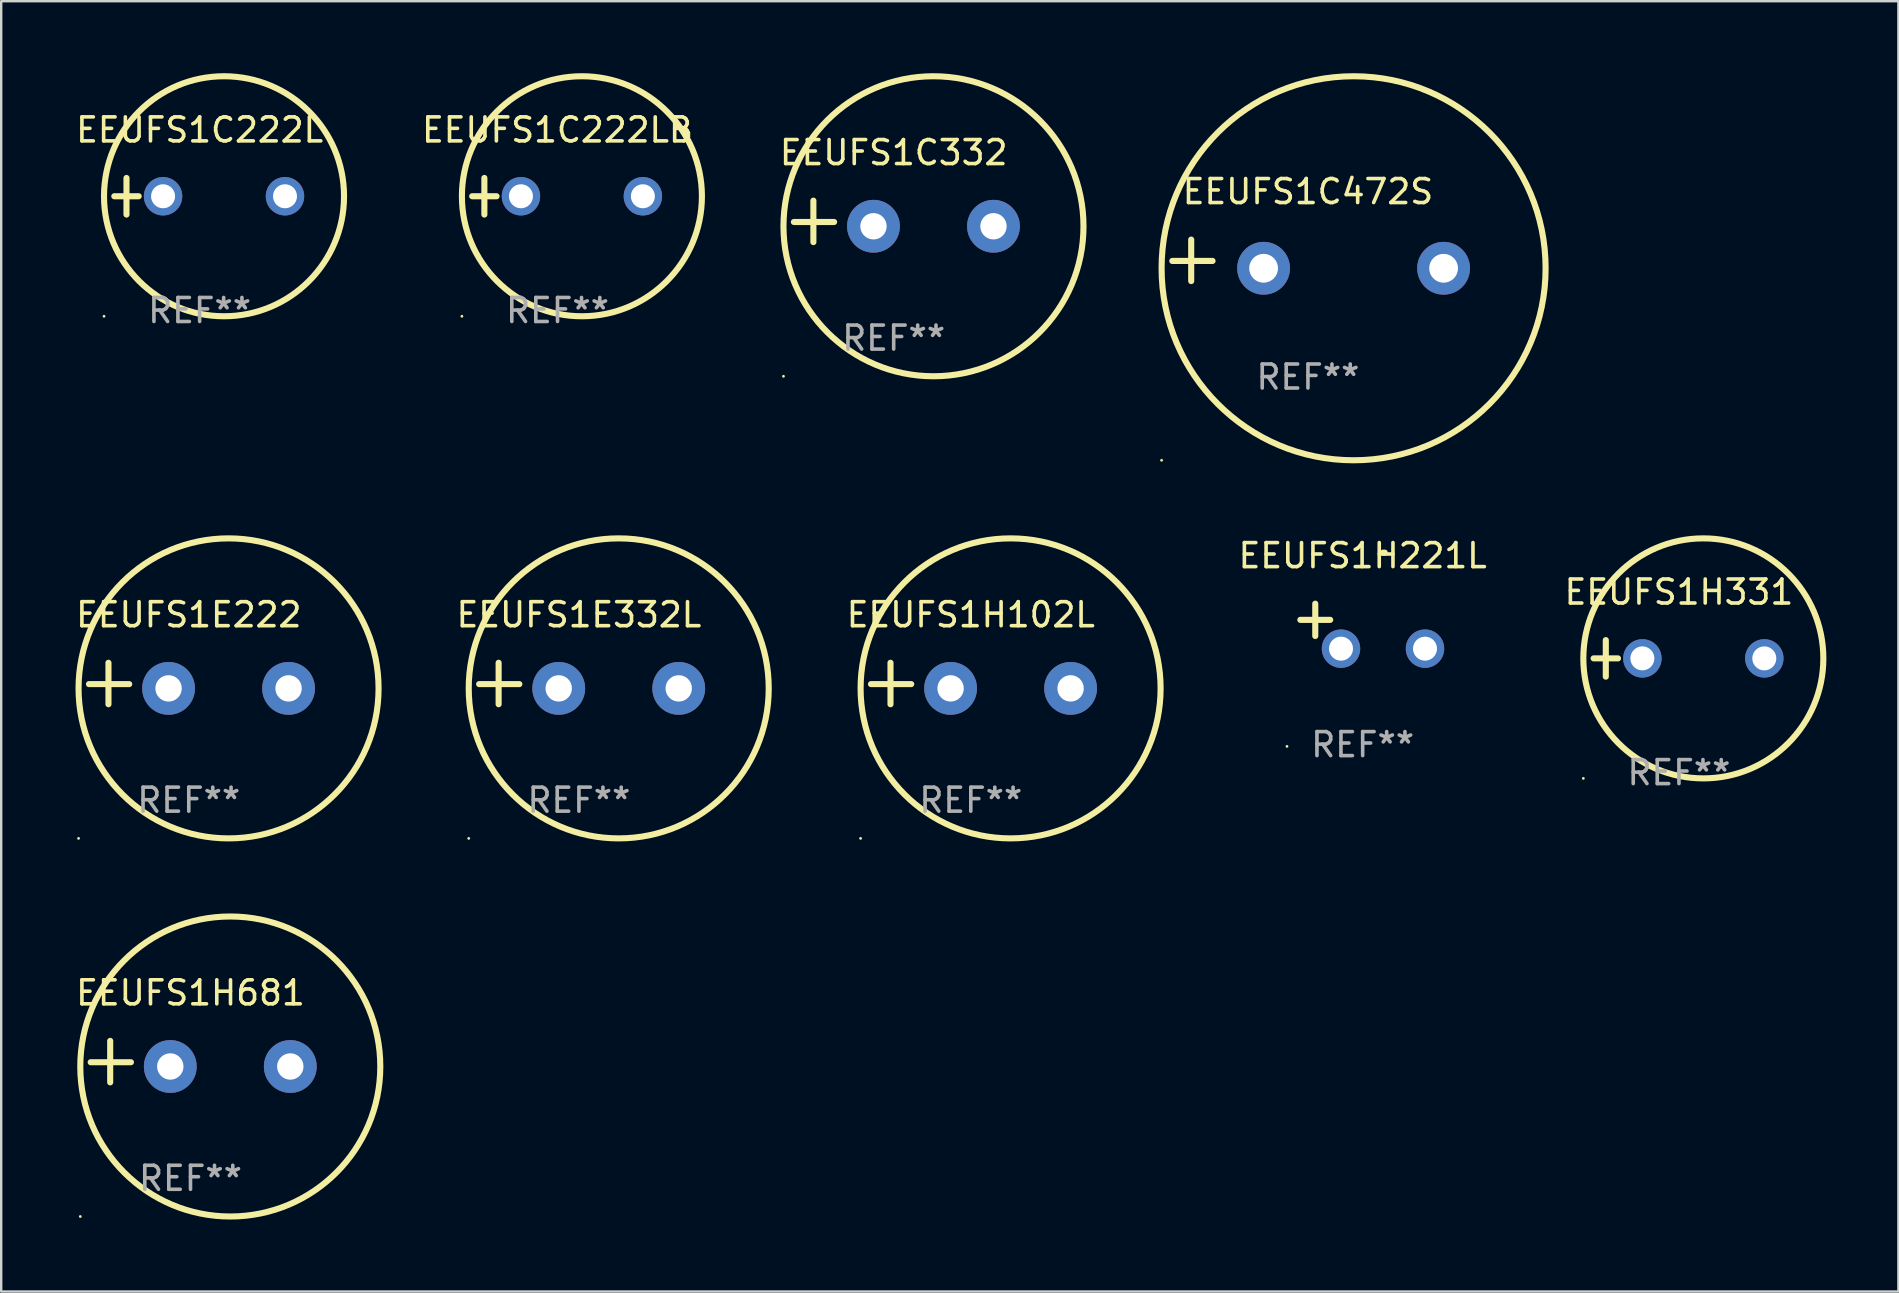
<source format=kicad_pcb>
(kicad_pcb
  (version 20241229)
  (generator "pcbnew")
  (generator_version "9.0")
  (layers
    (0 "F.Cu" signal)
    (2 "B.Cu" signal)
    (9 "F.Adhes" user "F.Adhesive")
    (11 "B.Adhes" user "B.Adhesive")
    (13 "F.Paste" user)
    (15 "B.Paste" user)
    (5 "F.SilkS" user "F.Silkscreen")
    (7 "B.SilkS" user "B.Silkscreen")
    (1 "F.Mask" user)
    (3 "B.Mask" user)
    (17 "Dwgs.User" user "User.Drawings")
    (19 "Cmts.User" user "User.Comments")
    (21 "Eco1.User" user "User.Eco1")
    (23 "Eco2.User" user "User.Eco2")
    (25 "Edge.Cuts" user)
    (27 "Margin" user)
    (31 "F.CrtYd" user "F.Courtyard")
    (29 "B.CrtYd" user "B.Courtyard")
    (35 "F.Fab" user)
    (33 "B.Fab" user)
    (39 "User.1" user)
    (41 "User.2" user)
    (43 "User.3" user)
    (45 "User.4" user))
  (footprint "EEUFS1H331"
    (layer "F.Cu")
    (at 66.903 24.381)
    (property "Reference" "EEUFS1H331" (at 0 -2.762 0) (layer "F.SilkS") (effects (font (size 1 1) (thickness 0.15))))
    (attr through_hole)
    (fp_line (start -3.556 0) (end -2.54 0) (stroke (width 0.254) (type solid)) (layer "F.SilkS"))
    (fp_line (start -3.048 -0.762) (end -3.048 0.762) (stroke (width 0.254) (type solid)) (layer "F.SilkS"))
    (fp_circle (center -3.984 5) (end -3.954 5) (stroke (width 0.06) (type solid)) (fill no) (layer "F.SilkS"))
    (fp_circle (center 1.016 0) (end 6.016 0) (stroke (width 0.254) (type solid)) (fill no) (layer "F.SilkS"))
    (fp_text user "REF**" (at 0 4.762 0) (layer "F.Fab") (effects (font (size 1 1) (thickness 0.15))))
    (pad "1" thru_hole circle (at -1.524 0) (size 1.6 1.6) (drill 1) (layers "*.Cu" "*.Mask"))
    (pad "2" thru_hole circle (at 3.556 0) (size 1.6 1.6) (drill 1) (layers "*.Cu" "*.Mask")))
  (footprint "EEUFS1E222"
    (layer "F.Cu")
    (at 4.815 25.428)
    (property "Reference" "EEUFS1E222" (at 0 -2.864 0) (layer "F.SilkS") (effects (font (size 1 1) (thickness 0.15))))
    (attr through_hole)
    (fp_line (start -3.346 0.864) (end -3.346 -0.864) (stroke (width 0.254) (type solid)) (layer "F.SilkS"))
    (fp_line (start -2.482 0.025) (end -4.158 0.025) (stroke (width 0.254) (type solid)) (layer "F.SilkS"))
    (fp_circle (center -4.592 6.453) (end -4.562 6.453) (stroke (width 0.06) (type solid)) (fill no) (layer "F.SilkS"))
    (fp_circle (center 1.658 0.203) (end 7.908 0.203) (stroke (width 0.254) (type solid)) (fill no) (layer "F.SilkS"))
    (fp_text user "REF**" (at 0 4.864 0) (layer "F.Fab") (effects (font (size 1 1) (thickness 0.15))))
    (pad "1" thru_hole circle (at -0.842 0.203) (size 2.2 2.2) (drill 1.1) (layers "*.Cu" "*.Mask"))
    (pad "2" thru_hole circle (at 4.158 0.203) (size 2.2 2.2) (drill 1.1) (layers "*.Cu" "*.Mask")))
  (footprint "EEUFS1C332"
    (layer "F.Cu")
    (at 34.185 6.174)
    (property "Reference" "EEUFS1C332" (at 0 -2.864 0) (layer "F.SilkS") (effects (font (size 1 1) (thickness 0.15))))
    (attr through_hole)
    (fp_line (start -3.346 0.864) (end -3.346 -0.864) (stroke (width 0.254) (type solid)) (layer "F.SilkS"))
    (fp_line (start -2.482 0.025) (end -4.158 0.025) (stroke (width 0.254) (type solid)) (layer "F.SilkS"))
    (fp_circle (center -4.592 6.453) (end -4.562 6.453) (stroke (width 0.06) (type solid)) (fill no) (layer "F.SilkS"))
    (fp_circle (center 1.658 0.203) (end 7.908 0.203) (stroke (width 0.254) (type solid)) (fill no) (layer "F.SilkS"))
    (fp_text user "REF**" (at 0 4.864 0) (layer "F.Fab") (effects (font (size 1 1) (thickness 0.15))))
    (pad "1" thru_hole circle (at -0.842 0.203) (size 2.2 2.2) (drill 1.1) (layers "*.Cu" "*.Mask"))
    (pad "2" thru_hole circle (at 4.158 0.203) (size 2.2 2.2) (drill 1.1) (layers "*.Cu" "*.Mask")))
  (footprint "EEUFS1C222L"
    (layer "F.Cu")
    (at 5.268 5.127)
    (property "Reference" "EEUFS1C222L" (at 0 -2.762 0) (layer "F.SilkS") (effects (font (size 1 1) (thickness 0.15))))
    (attr through_hole)
    (fp_line (start -3.556 0) (end -2.54 0) (stroke (width 0.254) (type solid)) (layer "F.SilkS"))
    (fp_line (start -3.048 -0.762) (end -3.048 0.762) (stroke (width 0.254) (type solid)) (layer "F.SilkS"))
    (fp_circle (center -3.984 5) (end -3.954 5) (stroke (width 0.06) (type solid)) (fill no) (layer "F.SilkS"))
    (fp_circle (center 1.016 0) (end 6.016 0) (stroke (width 0.254) (type solid)) (fill no) (layer "F.SilkS"))
    (fp_text user "REF**" (at 0 4.762 0) (layer "F.Fab") (effects (font (size 1 1) (thickness 0.15))))
    (pad "1" thru_hole circle (at -1.524 0) (size 1.6 1.6) (drill 1) (layers "*.Cu" "*.Mask"))
    (pad "2" thru_hole circle (at 3.556 0) (size 1.6 1.6) (drill 1) (layers "*.Cu" "*.Mask")))
  (footprint "EEUFS1C222LB"
    (layer "F.Cu")
    (at 20.179 5.127)
    (property "Reference" "EEUFS1C222LB" (at 0 -2.762 0) (layer "F.SilkS") (effects (font (size 1 1) (thickness 0.15))))
    (attr through_hole)
    (fp_line (start -3.556 0) (end -2.54 0) (stroke (width 0.254) (type solid)) (layer "F.SilkS"))
    (fp_line (start -3.048 -0.762) (end -3.048 0.762) (stroke (width 0.254) (type solid)) (layer "F.SilkS"))
    (fp_circle (center -3.984 5) (end -3.954 5) (stroke (width 0.06) (type solid)) (fill no) (layer "F.SilkS"))
    (fp_circle (center 1.016 0) (end 6.016 0) (stroke (width 0.254) (type solid)) (fill no) (layer "F.SilkS"))
    (fp_text user "REF**" (at 0 4.762 0) (layer "F.Fab") (effects (font (size 1 1) (thickness 0.15))))
    (pad "1" thru_hole circle (at -1.524 0) (size 1.6 1.6) (drill 1) (layers "*.Cu" "*.Mask"))
    (pad "2" thru_hole circle (at 3.556 0) (size 1.6 1.6) (drill 1) (layers "*.Cu" "*.Mask")))
  (footprint "EEUFS1H681"
    (layer "F.Cu")
    (at 4.887 41.182)
    (property "Reference" "EEUFS1H681" (at 0 -2.864 0) (layer "F.SilkS") (effects (font (size 1 1) (thickness 0.15))))
    (attr through_hole)
    (fp_line (start -3.346 0.864) (end -3.346 -0.864) (stroke (width 0.254) (type solid)) (layer "F.SilkS"))
    (fp_line (start -2.482 0.025) (end -4.158 0.025) (stroke (width 0.254) (type solid)) (layer "F.SilkS"))
    (fp_circle (center -4.592 6.453) (end -4.562 6.453) (stroke (width 0.06) (type solid)) (fill no) (layer "F.SilkS"))
    (fp_circle (center 1.658 0.203) (end 7.908 0.203) (stroke (width 0.254) (type solid)) (fill no) (layer "F.SilkS"))
    (fp_text user "REF**" (at 0 4.864 0) (layer "F.Fab") (effects (font (size 1 1) (thickness 0.15))))
    (pad "1" thru_hole circle (at -0.842 0.203) (size 2.2 2.2) (drill 1.1) (layers "*.Cu" "*.Mask"))
    (pad "2" thru_hole circle (at 4.158 0.203) (size 2.2 2.2) (drill 1.1) (layers "*.Cu" "*.Mask")))
  (footprint "EEUFS1H102L"
    (layer "F.Cu")
    (at 37.398 25.428)
    (property "Reference" "EEUFS1H102L" (at 0 -2.864 0) (layer "F.SilkS") (effects (font (size 1 1) (thickness 0.15))))
    (attr through_hole)
    (fp_line (start -3.346 0.864) (end -3.346 -0.864) (stroke (width 0.254) (type solid)) (layer "F.SilkS"))
    (fp_line (start -2.482 0.025) (end -4.158 0.025) (stroke (width 0.254) (type solid)) (layer "F.SilkS"))
    (fp_circle (center -4.592 6.453) (end -4.562 6.453) (stroke (width 0.06) (type solid)) (fill no) (layer "F.SilkS"))
    (fp_circle (center 1.658 0.203) (end 7.908 0.203) (stroke (width 0.254) (type solid)) (fill no) (layer "F.SilkS"))
    (fp_text user "REF**" (at 0 4.864 0) (layer "F.Fab") (effects (font (size 1 1) (thickness 0.15))))
    (pad "1" thru_hole circle (at -0.842 0.203) (size 2.2 2.2) (drill 1.1) (layers "*.Cu" "*.Mask"))
    (pad "2" thru_hole circle (at 4.158 0.203) (size 2.2 2.2) (drill 1.1) (layers "*.Cu" "*.Mask")))
  (footprint "EEUFS1C472S"
    (layer "F.Cu")
    (at 51.445 7.797)
    (property "Reference" "EEUFS1C472S" (at 0 -2.864 0) (layer "F.SilkS") (effects (font (size 1 1) (thickness 0.15))))
    (attr through_hole)
    (fp_line (start -4.864 0.864) (end -4.864 -0.864) (stroke (width 0.254) (type solid)) (layer "F.SilkS"))
    (fp_line (start -3.975 0.025) (end -5.652 0.025) (stroke (width 0.254) (type solid)) (layer "F.SilkS"))
    (fp_circle (center -6.098 8.33) (end -6.068 8.33) (stroke (width 0.06) (type solid)) (fill no) (layer "F.SilkS"))
    (fp_circle (center 1.902 0.33) (end 9.902 0.33) (stroke (width 0.254) (type solid)) (fill no) (layer "F.SilkS"))
    (fp_text user "REF**" (at 0 4.864 0) (layer "F.Fab") (effects (font (size 1 1) (thickness 0.15))))
    (pad "1" thru_hole circle (at -1.848 0.33) (size 2.2 2.2) (drill 1.2) (layers "*.Cu" "*.Mask"))
    (pad "2" thru_hole circle (at 5.652 0.33) (size 2.2 2.2) (drill 1.2) (layers "*.Cu" "*.Mask")))
  (footprint "EEUFS1H221L"
    (layer "F.Cu")
    (at 53.725 23.039)
    (property "Reference" "EEUFS1H221L" (at 0 -2.937 0) (layer "F.SilkS") (effects (font (size 1 1) (thickness 0.15))))
    (attr through_hole)
    (fp_line (start -1.975 0.41) (end -1.975 -0.937) (stroke (width 0.254) (type solid)) (layer "F.SilkS"))
    (fp_line (start -1.353 -0.263) (end -2.597 -0.263) (stroke (width 0.254) (type solid)) (layer "F.SilkS"))
    (fp_arc (start 0.849809 -3.063957) (mid 0.885369 -3.064114) (end 0.920929 -3.063957) (stroke (width 0.254001) (type solid)) (layer "F.SilkS"))
    (fp_circle (center -3.154 5.008) (end -3.124 5.008) (stroke (width 0.06) (type solid)) (fill no) (layer "F.SilkS"))
    (fp_text user "REF**" (at 0 4.937 0) (layer "F.Fab") (effects (font (size 1 1) (thickness 0.15))))
    (pad "1" thru_hole circle (at -0.903 0.937) (size 1.6 1.6) (drill 1) (layers "*.Cu" "*.Mask"))
    (pad "2" thru_hole circle (at 2.597 0.937) (size 1.6 1.6) (drill 1) (layers "*.Cu" "*.Mask")))
  (footprint "EEUFS1E332L"
    (layer "F.Cu")
    (at 21.071 25.428)
    (property "Reference" "EEUFS1E332L" (at 0 -2.864 0) (layer "F.SilkS") (effects (font (size 1 1) (thickness 0.15))))
    (attr through_hole)
    (fp_line (start -3.346 0.864) (end -3.346 -0.864) (stroke (width 0.254) (type solid)) (layer "F.SilkS"))
    (fp_line (start -2.482 0.025) (end -4.158 0.025) (stroke (width 0.254) (type solid)) (layer "F.SilkS"))
    (fp_circle (center -4.592 6.453) (end -4.562 6.453) (stroke (width 0.06) (type solid)) (fill no) (layer "F.SilkS"))
    (fp_circle (center 1.658 0.203) (end 7.908 0.203) (stroke (width 0.254) (type solid)) (fill no) (layer "F.SilkS"))
    (fp_text user "REF**" (at 0 4.864 0) (layer "F.Fab") (effects (font (size 1 1) (thickness 0.15))))
    (pad "1" thru_hole circle (at -0.842 0.203) (size 2.2 2.2) (drill 1.1) (layers "*.Cu" "*.Mask"))
    (pad "2" thru_hole circle (at 4.158 0.203) (size 2.2 2.2) (drill 1.1) (layers "*.Cu" "*.Mask")))
  (gr_rect
    (start -3 -3)
    (end 76.046 50.762)
    (stroke (width 0.1) (type default))
    (fill no)
    (layer "Edge.Cuts")))
</source>
